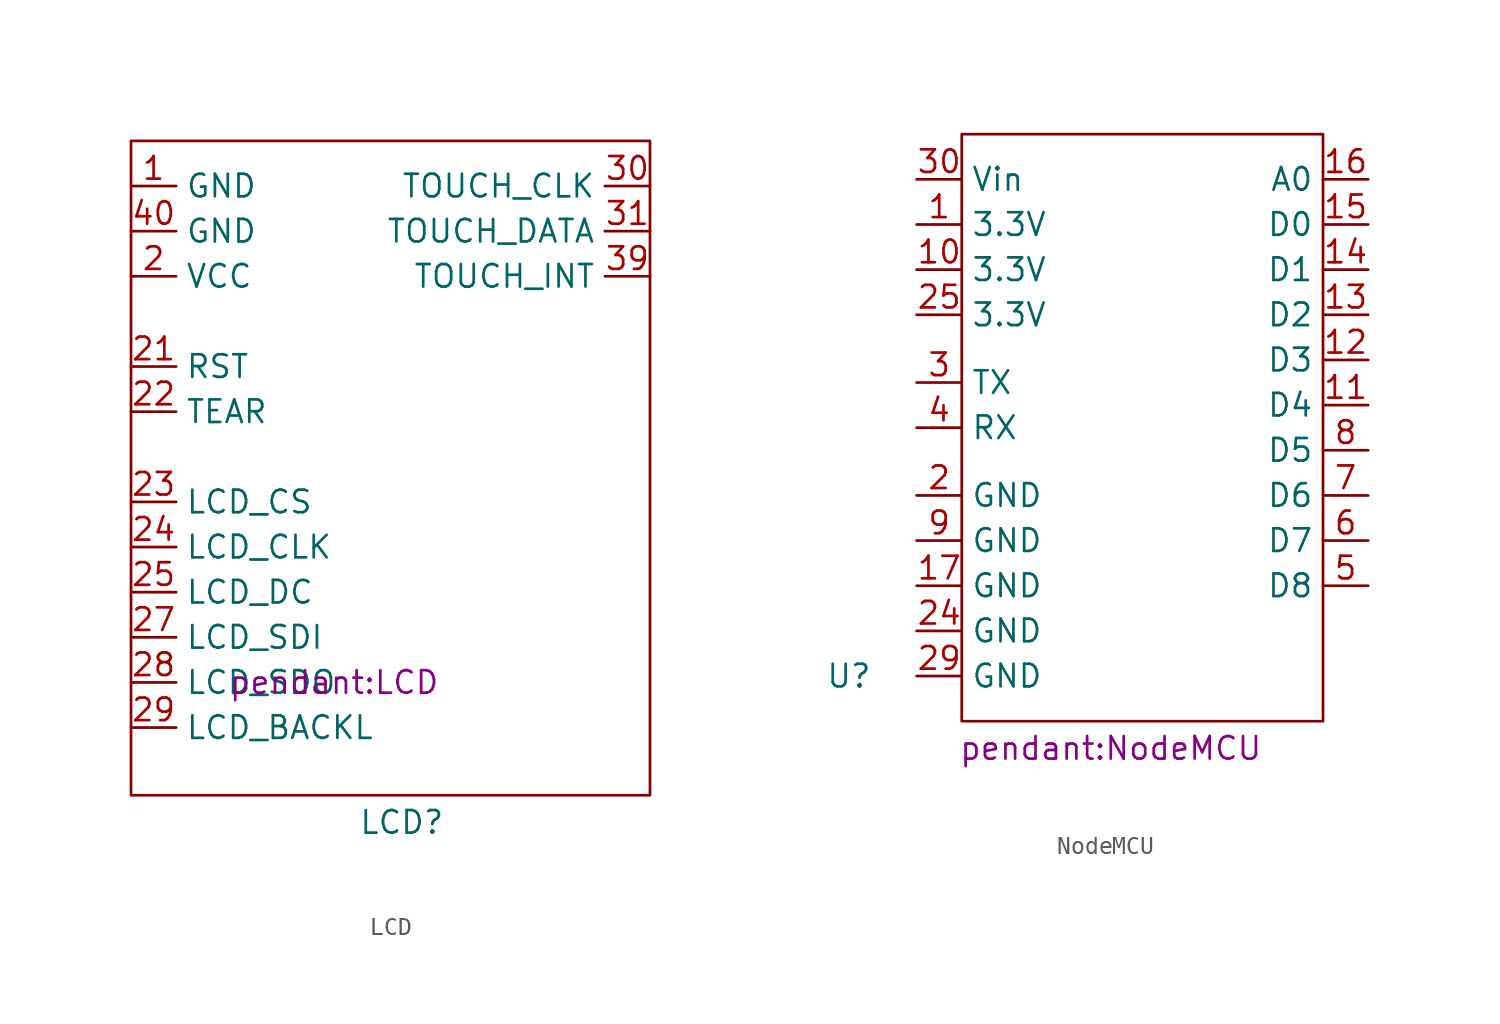
<source format=kicad_sym>
(kicad_symbol_lib
  (version 20231120)
  (generator "kicad_symbol_editor")
  (generator_version "8.0")
  (symbol "LCD"
    (property "Reference" "LCD"
      (at 0 -1.524 0)
      (effects (font (size 1.27 1.27))))
    (property "Value" ""
      (at -3.81 6.35 0)
      (effects (font (size 1.27 1.27))))
    (property "Footprint" "pendant:LCD"
      (at -3.81 6.35 0)
      (effects (font (size 1.27 1.27))))
    (symbol "LCD_0_1"
      (rectangle (start -15.24 36.83) (end 13.97 0) (stroke (width 0) (type default)) (fill (type none))))
    (symbol "LCD_1_1"
      (pin power_in line (at -15.24 34.29 0) (length 2.54) (name "GND" (effects (font (size 1.27 1.27)))) (number "1" (effects (font (size 1.27 1.27)))))
      (pin power_in line (at -15.24 29.21 0) (length 2.54) (name "VCC" (effects (font (size 1.27 1.27)))) (number "2" (effects (font (size 1.27 1.27)))))
      (pin input line (at -15.24 24.13 0) (length 2.54) (name "RST" (effects (font (size 1.27 1.27)))) (number "21" (effects (font (size 1.27 1.27)))))
      (pin output line (at -15.24 21.59 0) (length 2.54) (name "TEAR" (effects (font (size 1.27 1.27)))) (number "22" (effects (font (size 1.27 1.27)))))
      (pin input line (at -15.24 16.51 0) (length 2.54) (name "LCD_CS" (effects (font (size 1.27 1.27)))) (number "23" (effects (font (size 1.27 1.27)))))
      (pin input line (at -15.24 13.97 0) (length 2.54) (name "LCD_CLK" (effects (font (size 1.27 1.27)))) (number "24" (effects (font (size 1.27 1.27)))))
      (pin input line (at -15.24 11.43 0) (length 2.54) (name "LCD_DC" (effects (font (size 1.27 1.27)))) (number "25" (effects (font (size 1.27 1.27)))))
      (pin input line (at -15.24 8.89 0) (length 2.54) (name "LCD_SDI" (effects (font (size 1.27 1.27)))) (number "27" (effects (font (size 1.27 1.27)))))
      (pin output line (at -15.24 6.35 0) (length 2.54) (name "LCD_SDO" (effects (font (size 1.27 1.27)))) (number "28" (effects (font (size 1.27 1.27)))))
      (pin input line (at -15.24 3.81 0) (length 2.54) (name "LCD_BACKL" (effects (font (size 1.27 1.27)))) (number "29" (effects (font (size 1.27 1.27)))))
      (pin input line (at 13.97 34.29 180) (length 2.54) (name "TOUCH_CLK" (effects (font (size 1.27 1.27)))) (number "30" (effects (font (size 1.27 1.27)))))
      (pin bidirectional line (at 13.97 31.75 180) (length 2.54) (name "TOUCH_DATA" (effects (font (size 1.27 1.27)))) (number "31" (effects (font (size 1.27 1.27)))))
      (pin output line (at 13.97 29.21 180) (length 2.54) (name "TOUCH_INT" (effects (font (size 1.27 1.27)))) (number "39" (effects (font (size 1.27 1.27)))))
      (pin power_in line (at -15.24 31.75 0) (length 2.54) (name "GND" (effects (font (size 1.27 1.27)))) (number "40" (effects (font (size 1.27 1.27)))))))
  (symbol "NodeMCU"
    (property "Reference" "U"
      (at -88.9 -15.24 0)
      (effects (font (size 1.27 1.27))))
    (property "Value" ""
      (at -88.9 -15.24 0)
      (effects (font (size 1.27 1.27))))
    (property "Footprint" "pendant:NodeMCU"
      (at -74.168 -19.304 0)
      (effects (font (size 1.27 1.27))))
    (symbol "NodeMCU_0_1"
      (rectangle (start -82.55 15.24) (end -62.23 -17.78) (stroke (width 0) (type default)) (fill (type none))))
    (symbol "NodeMCU_1_1"
      (pin power_in line (at -85.09 10.16 0) (length 2.54) (name "3.3V" (effects (font (size 1.27 1.27)))) (number "1" (effects (font (size 1.27 1.27)))))
      (pin power_in line (at -85.09 7.62 0) (length 2.54) (name "3.3V" (effects (font (size 1.27 1.27)))) (number "10" (effects (font (size 1.27 1.27)))))
      (pin bidirectional line (at -59.69 0 180) (length 2.54) (name "D4" (effects (font (size 1.27 1.27)))) (number "11" (effects (font (size 1.27 1.27)))))
      (pin bidirectional line (at -59.69 2.54 180) (length 2.54) (name "D3" (effects (font (size 1.27 1.27)))) (number "12" (effects (font (size 1.27 1.27)))))
      (pin bidirectional line (at -59.69 5.08 180) (length 2.54) (name "D2" (effects (font (size 1.27 1.27)))) (number "13" (effects (font (size 1.27 1.27)))))
      (pin bidirectional line (at -59.69 7.62 180) (length 2.54) (name "D1" (effects (font (size 1.27 1.27)))) (number "14" (effects (font (size 1.27 1.27)))))
      (pin bidirectional line (at -59.69 10.16 180) (length 2.54) (name "D0" (effects (font (size 1.27 1.27)))) (number "15" (effects (font (size 1.27 1.27)))))
      (pin input line (at -59.69 12.7 180) (length 2.54) (name "A0" (effects (font (size 1.27 1.27)))) (number "16" (effects (font (size 1.27 1.27)))))
      (pin power_in line (at -85.09 -10.16 0) (length 2.54) (name "GND" (effects (font (size 1.27 1.27)))) (number "17" (effects (font (size 1.27 1.27)))))
      (pin power_in line (at -85.09 -5.08 0) (length 2.54) (name "GND" (effects (font (size 1.27 1.27)))) (number "2" (effects (font (size 1.27 1.27)))))
      (pin power_in line (at -85.09 -12.7 0) (length 2.54) (name "GND" (effects (font (size 1.27 1.27)))) (number "24" (effects (font (size 1.27 1.27)))))
      (pin power_in line (at -85.09 5.08 0) (length 2.54) (name "3.3V" (effects (font (size 1.27 1.27)))) (number "25" (effects (font (size 1.27 1.27)))))
      (pin power_in line (at -85.09 -15.24 0) (length 2.54) (name "GND" (effects (font (size 1.27 1.27)))) (number "29" (effects (font (size 1.27 1.27)))))
      (pin bidirectional line (at -85.09 1.27 0) (length 2.54) (name "TX" (effects (font (size 1.27 1.27)))) (number "3" (effects (font (size 1.27 1.27)))))
      (pin power_in line (at -85.09 12.7 0) (length 2.54) (name "Vin" (effects (font (size 1.27 1.27)))) (number "30" (effects (font (size 1.27 1.27)))))
      (pin bidirectional line (at -85.09 -1.27 0) (length 2.54) (name "RX" (effects (font (size 1.27 1.27)))) (number "4" (effects (font (size 1.27 1.27)))))
      (pin bidirectional line (at -59.69 -10.16 180) (length 2.54) (name "D8" (effects (font (size 1.27 1.27)))) (number "5" (effects (font (size 1.27 1.27)))))
      (pin bidirectional line (at -59.69 -7.62 180) (length 2.54) (name "D7" (effects (font (size 1.27 1.27)))) (number "6" (effects (font (size 1.27 1.27)))))
      (pin bidirectional line (at -59.69 -5.08 180) (length 2.54) (name "D6" (effects (font (size 1.27 1.27)))) (number "7" (effects (font (size 1.27 1.27)))))
      (pin bidirectional line (at -59.69 -2.54 180) (length 2.54) (name "D5" (effects (font (size 1.27 1.27)))) (number "8" (effects (font (size 1.27 1.27)))))
      (pin power_in line (at -85.09 -7.62 0) (length 2.54) (name "GND" (effects (font (size 1.27 1.27)))) (number "9" (effects (font (size 1.27 1.27))))))))
</source>
